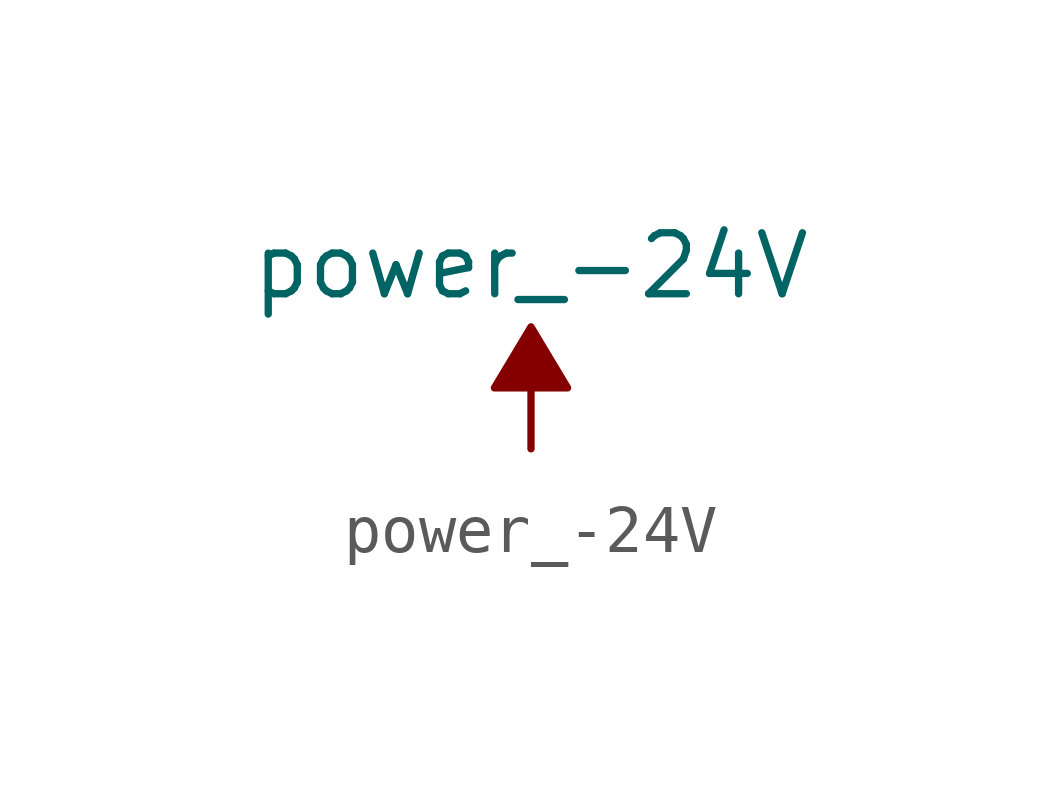
<source format=kicad_sym>
(kicad_symbol_lib
  (version 20211014)
  (generator kicad_symbol_editor)
  (symbol "power_-24V"
    (power)
    (pin_names
      (offset 0))
    (property "Reference" "#PWR"
      (at 0 2.54 0)
      (effects (font (size 1.27 1.27)) hide))
    (property "Value" "power_-24V"
      (at 0 3.81 0)
      (effects (font (size 1.27 1.27))))
    (symbol "power_-24V_0_0"
      (pin power_in line (at 0 0 90) (length 0) hide (name "-24V" (effects (font (size 1.27 1.27)))) (number "1" (effects (font (size 1.27 1.27))))))
    (symbol "power_-24V_0_1"
      (polyline (pts (xy 0 0) (xy 0 1.27) (xy 0.762 1.27) (xy 0 2.54) (xy -0.762 1.27) (xy 0 1.27)) (stroke (width 0) (type default) (color 0 0 0 0)) (fill (type outline))))))
</source>
